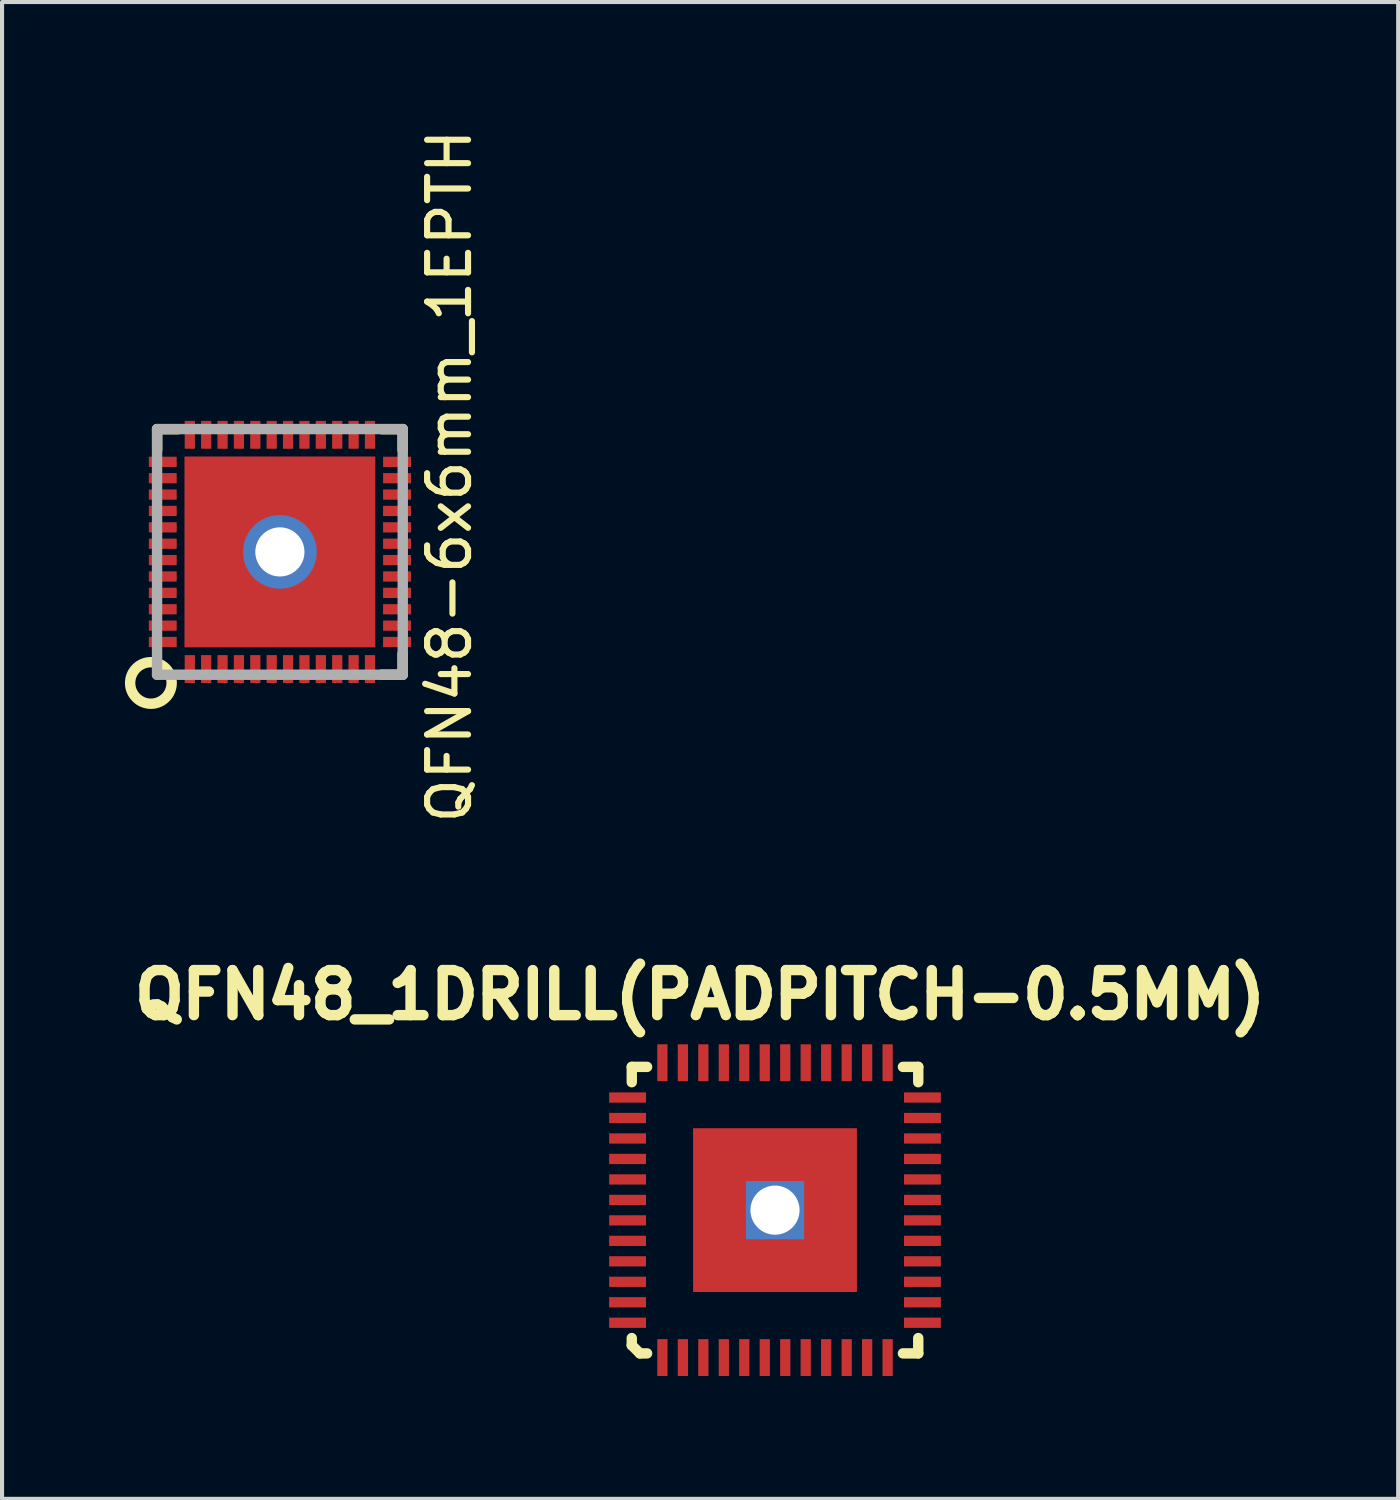
<source format=kicad_pcb>
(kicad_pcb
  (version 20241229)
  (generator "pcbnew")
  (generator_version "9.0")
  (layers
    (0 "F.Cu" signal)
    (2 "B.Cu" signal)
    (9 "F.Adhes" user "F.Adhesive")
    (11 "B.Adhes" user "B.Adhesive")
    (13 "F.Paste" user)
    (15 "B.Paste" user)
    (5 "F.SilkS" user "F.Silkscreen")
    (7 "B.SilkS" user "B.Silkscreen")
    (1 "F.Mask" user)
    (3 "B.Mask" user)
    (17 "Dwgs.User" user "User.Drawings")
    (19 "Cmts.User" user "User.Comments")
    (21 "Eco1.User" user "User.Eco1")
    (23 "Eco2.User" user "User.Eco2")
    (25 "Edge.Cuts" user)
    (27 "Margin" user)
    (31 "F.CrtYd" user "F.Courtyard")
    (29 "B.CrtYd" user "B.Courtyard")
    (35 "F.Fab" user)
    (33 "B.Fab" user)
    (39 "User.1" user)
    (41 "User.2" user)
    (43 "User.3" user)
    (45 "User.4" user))
  (footprint "QFN48_1DRILL(PADPITCH-0.5MM)"
    (layer "F.Cu")
    (at 15.876 26.502)
    (property "Reference" "QFN48_1DRILL(PADPITCH-0.5MM)" (at -1.829 -5.258 0) (layer "F.SilkS") (effects (font (size 1.1 1.1) (thickness 0.254))))
    (attr smd)
    (fp_line (start -3.498 -3.498) (end -3.124 -3.498) (stroke (width 0.254) (type solid)) (layer "F.SilkS"))
    (fp_line (start -3.498 -3.124) (end -3.498 -3.498) (stroke (width 0.254) (type solid)) (layer "F.SilkS"))
    (fp_line (start -3.498 3.299) (end -3.498 3.124) (stroke (width 0.254) (type solid)) (layer "F.SilkS"))
    (fp_line (start -3.299 3.498) (end -3.498 3.299) (stroke (width 0.254) (type solid)) (layer "F.SilkS"))
    (fp_line (start -3.124 3.498) (end -3.299 3.498) (stroke (width 0.254) (type solid)) (layer "F.SilkS"))
    (fp_line (start 3.124 -3.498) (end 3.498 -3.498) (stroke (width 0.254) (type solid)) (layer "F.SilkS"))
    (fp_line (start 3.498 -3.498) (end 3.498 -3.124) (stroke (width 0.254) (type solid)) (layer "F.SilkS"))
    (fp_line (start 3.498 3.124) (end 3.498 3.498) (stroke (width 0.254) (type solid)) (layer "F.SilkS"))
    (fp_line (start 3.498 3.498) (end 3.124 3.498) (stroke (width 0.254) (type solid)) (layer "F.SilkS"))
    (pad "" smd rect (at -1.295 -1.295) (size 1 1) (layers "F.Paste"))
    (pad "" smd rect (at -1.295 0) (size 1 1) (layers "F.Paste"))
    (pad "" smd rect (at -1.295 1.295) (size 1 1) (layers "F.Paste"))
    (pad "" smd rect (at 0 -1.295) (size 1 1) (layers "F.Paste"))
    (pad "" smd rect (at 0 1.295) (size 1 1) (layers "F.Paste"))
    (pad "" smd rect (at 1.295 -1.295) (size 1 1) (layers "F.Paste"))
    (pad "" smd rect (at 1.295 0) (size 1 1) (layers "F.Paste"))
    (pad "" smd rect (at 1.295 1.295) (size 1 1) (layers "F.Paste"))
    (pad "1" smd rect (at -2.75 3.6) (size 0.25 0.9) (layers "F.Cu" "F.Mask" "F.Paste"))
    (pad "2" smd rect (at -2.25 3.6) (size 0.25 0.9) (layers "F.Cu" "F.Mask" "F.Paste"))
    (pad "3" smd rect (at -1.75 3.6) (size 0.25 0.9) (layers "F.Cu" "F.Mask" "F.Paste"))
    (pad "4" smd rect (at -1.25 3.6) (size 0.25 0.9) (layers "F.Cu" "F.Mask" "F.Paste"))
    (pad "5" smd rect (at -0.75 3.6) (size 0.25 0.9) (layers "F.Cu" "F.Mask" "F.Paste"))
    (pad "6" smd rect (at -0.25 3.6) (size 0.25 0.9) (layers "F.Cu" "F.Mask" "F.Paste"))
    (pad "7" smd rect (at 0.25 3.6) (size 0.25 0.9) (layers "F.Cu" "F.Mask" "F.Paste"))
    (pad "8" smd rect (at 0.75 3.6) (size 0.25 0.9) (layers "F.Cu" "F.Mask" "F.Paste"))
    (pad "9" smd rect (at 1.25 3.6) (size 0.25 0.9) (layers "F.Cu" "F.Mask" "F.Paste"))
    (pad "10" smd rect (at 1.75 3.6) (size 0.25 0.9) (layers "F.Cu" "F.Mask" "F.Paste"))
    (pad "11" smd rect (at 2.25 3.6) (size 0.25 0.9) (layers "F.Cu" "F.Mask" "F.Paste"))
    (pad "12" smd rect (at 2.75 3.6) (size 0.25 0.9) (layers "F.Cu" "F.Mask" "F.Paste"))
    (pad "13" smd rect (at 3.6 2.75 90) (size 0.25 0.9) (layers "F.Cu" "F.Mask" "F.Paste"))
    (pad "14" smd rect (at 3.6 2.25 90) (size 0.25 0.9) (layers "F.Cu" "F.Mask" "F.Paste"))
    (pad "15" smd rect (at 3.6 1.75 90) (size 0.25 0.9) (layers "F.Cu" "F.Mask" "F.Paste"))
    (pad "16" smd rect (at 3.6 1.25 90) (size 0.25 0.9) (layers "F.Cu" "F.Mask" "F.Paste"))
    (pad "17" smd rect (at 3.6 0.75 90) (size 0.25 0.9) (layers "F.Cu" "F.Mask" "F.Paste"))
    (pad "18" smd rect (at 3.6 0.25 90) (size 0.25 0.9) (layers "F.Cu" "F.Mask" "F.Paste"))
    (pad "19" smd rect (at 3.6 -0.25 90) (size 0.25 0.9) (layers "F.Cu" "F.Mask" "F.Paste"))
    (pad "20" smd rect (at 3.6 -0.75 90) (size 0.25 0.9) (layers "F.Cu" "F.Mask" "F.Paste"))
    (pad "21" smd rect (at 3.6 -1.25 90) (size 0.25 0.9) (layers "F.Cu" "F.Mask" "F.Paste"))
    (pad "22" smd rect (at 3.6 -1.75 90) (size 0.25 0.9) (layers "F.Cu" "F.Mask" "F.Paste"))
    (pad "23" smd rect (at 3.6 -2.25 90) (size 0.25 0.9) (layers "F.Cu" "F.Mask" "F.Paste"))
    (pad "24" smd rect (at 3.6 -2.75 90) (size 0.25 0.9) (layers "F.Cu" "F.Mask" "F.Paste"))
    (pad "25" smd rect (at 2.75 -3.6 180) (size 0.25 0.9) (layers "F.Cu" "F.Mask" "F.Paste"))
    (pad "26" smd rect (at 2.25 -3.6 180) (size 0.25 0.9) (layers "F.Cu" "F.Mask" "F.Paste"))
    (pad "27" smd rect (at 1.75 -3.6 180) (size 0.25 0.9) (layers "F.Cu" "F.Mask" "F.Paste"))
    (pad "28" smd rect (at 1.25 -3.6 180) (size 0.25 0.9) (layers "F.Cu" "F.Mask" "F.Paste"))
    (pad "29" smd rect (at 0.75 -3.6 180) (size 0.25 0.9) (layers "F.Cu" "F.Mask" "F.Paste"))
    (pad "30" smd rect (at 0.25 -3.6 180) (size 0.25 0.9) (layers "F.Cu" "F.Mask" "F.Paste"))
    (pad "31" smd rect (at -0.25 -3.6 180) (size 0.25 0.9) (layers "F.Cu" "F.Mask" "F.Paste"))
    (pad "32" smd rect (at -0.75 -3.6 180) (size 0.25 0.9) (layers "F.Cu" "F.Mask" "F.Paste"))
    (pad "33" smd rect (at -1.25 -3.6 180) (size 0.25 0.9) (layers "F.Cu" "F.Mask" "F.Paste"))
    (pad "34" smd rect (at -1.75 -3.6 180) (size 0.25 0.9) (layers "F.Cu" "F.Mask" "F.Paste"))
    (pad "35" smd rect (at -2.25 -3.6 180) (size 0.25 0.9) (layers "F.Cu" "F.Mask" "F.Paste"))
    (pad "36" smd rect (at -2.75 -3.6 180) (size 0.25 0.9) (layers "F.Cu" "F.Mask" "F.Paste"))
    (pad "37" smd rect (at -3.6 -2.75 270) (size 0.25 0.9) (layers "F.Cu" "F.Mask" "F.Paste"))
    (pad "38" smd rect (at -3.6 -2.25 270) (size 0.25 0.9) (layers "F.Cu" "F.Mask" "F.Paste"))
    (pad "39" smd rect (at -3.6 -1.75 270) (size 0.25 0.9) (layers "F.Cu" "F.Mask" "F.Paste"))
    (pad "40" smd rect (at -3.6 -1.25 270) (size 0.25 0.9) (layers "F.Cu" "F.Mask" "F.Paste"))
    (pad "41" smd rect (at -3.6 -0.75 270) (size 0.25 0.9) (layers "F.Cu" "F.Mask" "F.Paste"))
    (pad "42" smd rect (at -3.6 -0.25 270) (size 0.25 0.9) (layers "F.Cu" "F.Mask" "F.Paste"))
    (pad "43" smd rect (at -3.6 0.25 270) (size 0.25 0.9) (layers "F.Cu" "F.Mask" "F.Paste"))
    (pad "44" smd rect (at -3.6 0.75 270) (size 0.25 0.9) (layers "F.Cu" "F.Mask" "F.Paste"))
    (pad "45" smd rect (at -3.6 1.25 270) (size 0.25 0.9) (layers "F.Cu" "F.Mask" "F.Paste"))
    (pad "46" smd rect (at -3.6 1.75 270) (size 0.25 0.9) (layers "F.Cu" "F.Mask" "F.Paste"))
    (pad "47" smd rect (at -3.6 2.25 270) (size 0.25 0.9) (layers "F.Cu" "F.Mask" "F.Paste"))
    (pad "48" smd rect (at -3.6 2.75 270) (size 0.25 0.9) (layers "F.Cu" "F.Mask" "F.Paste"))
    (pad "49" thru_hole rect (at 0 0) (size 1.422 1.422) (drill 1.2) (layers "*.Cu" "F.Mask"))
    (pad "49" smd rect (at 0 0) (size 4 4) (layers "F.Cu" "F.Mask")))
  (footprint "QFN48-6x6mm_1EPTH"
    (layer "F.Cu")
    (at 3.785 10.428)
    (property "Reference" "QFN48-6x6mm_1EPTH" (at 4.14 -1.851 90) (layer "F.SilkS") (effects (font (size 1 1) (thickness 0.15))))
    (attr smd)
    (fp_line (start -2.997 -2.997) (end -2.997 -2.489) (stroke (width 0.254) (type solid)) (layer "F.SilkS"))
    (fp_line (start -2.489 -2.997) (end -2.997 -2.997) (stroke (width 0.254) (type solid)) (layer "F.SilkS"))
    (fp_line (start 2.489 -2.997) (end 2.997 -2.997) (stroke (width 0.254) (type solid)) (layer "F.SilkS"))
    (fp_line (start 2.997 -2.997) (end 2.997 -2.489) (stroke (width 0.254) (type solid)) (layer "F.SilkS"))
    (fp_line (start 2.997 2.489) (end 2.997 2.997) (stroke (width 0.254) (type solid)) (layer "F.SilkS"))
    (fp_line (start 2.997 2.997) (end 2.489 2.997) (stroke (width 0.254) (type solid)) (layer "F.SilkS"))
    (fp_circle (center -3.15 3.2) (end -3.454 2.794) (stroke (width 0.254) (type solid)) (fill no) (layer "F.SilkS"))
    (fp_line (start -3 -3) (end 3 -3) (stroke (width 0.254) (type solid)) (layer "F.Fab"))
    (fp_line (start -3 3) (end -3 -3) (stroke (width 0.254) (type solid)) (layer "F.Fab"))
    (fp_line (start 3 -3) (end 3 3) (stroke (width 0.254) (type solid)) (layer "F.Fab"))
    (fp_line (start 3 3) (end -3 3) (stroke (width 0.254) (type solid)) (layer "F.Fab"))
    (pad "1" smd rect (at -2.2 2.86) (size 0.25 0.68) (layers "F.Cu" "F.Mask" "F.Paste"))
    (pad "2" smd rect (at -1.8 2.86) (size 0.25 0.68) (layers "F.Cu" "F.Mask" "F.Paste"))
    (pad "3" smd rect (at -1.4 2.86) (size 0.25 0.68) (layers "F.Cu" "F.Mask" "F.Paste"))
    (pad "4" smd rect (at -1 2.86) (size 0.25 0.68) (layers "F.Cu" "F.Mask" "F.Paste"))
    (pad "5" smd rect (at -0.6 2.86) (size 0.25 0.68) (layers "F.Cu" "F.Mask" "F.Paste"))
    (pad "6" smd rect (at -0.2 2.86) (size 0.25 0.68) (layers "F.Cu" "F.Mask" "F.Paste"))
    (pad "7" smd rect (at 0.2 2.86) (size 0.25 0.68) (layers "F.Cu" "F.Mask" "F.Paste"))
    (pad "8" smd rect (at 0.6 2.86) (size 0.25 0.68) (layers "F.Cu" "F.Mask" "F.Paste"))
    (pad "9" smd rect (at 1 2.86) (size 0.25 0.68) (layers "F.Cu" "F.Mask" "F.Paste"))
    (pad "10" smd rect (at 1.4 2.86) (size 0.25 0.68) (layers "F.Cu" "F.Mask" "F.Paste"))
    (pad "11" smd rect (at 1.8 2.86) (size 0.25 0.68) (layers "F.Cu" "F.Mask" "F.Paste"))
    (pad "12" smd rect (at 2.2 2.86) (size 0.25 0.68) (layers "F.Cu" "F.Mask" "F.Paste"))
    (pad "13" smd rect (at 2.86 2.2 90) (size 0.25 0.68) (layers "F.Cu" "F.Mask" "F.Paste"))
    (pad "14" smd rect (at 2.86 1.8 90) (size 0.25 0.68) (layers "F.Cu" "F.Mask" "F.Paste"))
    (pad "15" smd rect (at 2.86 1.4 90) (size 0.25 0.68) (layers "F.Cu" "F.Mask" "F.Paste"))
    (pad "16" smd rect (at 2.86 1 90) (size 0.25 0.68) (layers "F.Cu" "F.Mask" "F.Paste"))
    (pad "17" smd rect (at 2.86 0.6 90) (size 0.25 0.68) (layers "F.Cu" "F.Mask" "F.Paste"))
    (pad "18" smd rect (at 2.86 0.2 90) (size 0.25 0.68) (layers "F.Cu" "F.Mask" "F.Paste"))
    (pad "19" smd rect (at 2.86 -0.2 90) (size 0.25 0.68) (layers "F.Cu" "F.Mask" "F.Paste"))
    (pad "20" smd rect (at 2.86 -0.6 90) (size 0.25 0.68) (layers "F.Cu" "F.Mask" "F.Paste"))
    (pad "21" smd rect (at 2.86 -1 90) (size 0.25 0.68) (layers "F.Cu" "F.Mask" "F.Paste"))
    (pad "22" smd rect (at 2.86 -1.4 90) (size 0.25 0.68) (layers "F.Cu" "F.Mask" "F.Paste"))
    (pad "23" smd rect (at 2.86 -1.8 90) (size 0.25 0.68) (layers "F.Cu" "F.Mask" "F.Paste"))
    (pad "24" smd rect (at 2.86 -2.2 90) (size 0.25 0.68) (layers "F.Cu" "F.Mask" "F.Paste"))
    (pad "25" smd rect (at 2.2 -2.86 180) (size 0.25 0.68) (layers "F.Cu" "F.Mask" "F.Paste"))
    (pad "26" smd rect (at 1.8 -2.86 180) (size 0.25 0.68) (layers "F.Cu" "F.Mask" "F.Paste"))
    (pad "27" smd rect (at 1.4 -2.86 180) (size 0.25 0.68) (layers "F.Cu" "F.Mask" "F.Paste"))
    (pad "28" smd rect (at 1 -2.86 180) (size 0.25 0.68) (layers "F.Cu" "F.Mask" "F.Paste"))
    (pad "29" smd rect (at 0.6 -2.86 180) (size 0.25 0.68) (layers "F.Cu" "F.Mask" "F.Paste"))
    (pad "30" smd rect (at 0.2 -2.86 180) (size 0.25 0.68) (layers "F.Cu" "F.Mask" "F.Paste"))
    (pad "31" smd rect (at -0.2 -2.86 180) (size 0.25 0.68) (layers "F.Cu" "F.Mask" "F.Paste"))
    (pad "32" smd rect (at -0.6 -2.86 180) (size 0.25 0.68) (layers "F.Cu" "F.Mask" "F.Paste"))
    (pad "33" smd rect (at -1 -2.86 180) (size 0.25 0.68) (layers "F.Cu" "F.Mask" "F.Paste"))
    (pad "34" smd rect (at -1.4 -2.86 180) (size 0.25 0.68) (layers "F.Cu" "F.Mask" "F.Paste"))
    (pad "35" smd rect (at -1.8 -2.86 180) (size 0.25 0.68) (layers "F.Cu" "F.Mask" "F.Paste"))
    (pad "36" smd rect (at -2.2 -2.86 180) (size 0.25 0.68) (layers "F.Cu" "F.Mask" "F.Paste"))
    (pad "37" smd rect (at -2.86 -2.2 270) (size 0.25 0.68) (layers "F.Cu" "F.Mask" "F.Paste"))
    (pad "38" smd rect (at -2.86 -1.8 270) (size 0.25 0.68) (layers "F.Cu" "F.Mask" "F.Paste"))
    (pad "39" smd rect (at -2.86 -1.4 270) (size 0.25 0.68) (layers "F.Cu" "F.Mask" "F.Paste"))
    (pad "40" smd rect (at -2.86 -1 270) (size 0.25 0.68) (layers "F.Cu" "F.Mask" "F.Paste"))
    (pad "41" smd rect (at -2.86 -0.6 270) (size 0.25 0.68) (layers "F.Cu" "F.Mask" "F.Paste"))
    (pad "42" smd rect (at -2.86 -0.2 270) (size 0.25 0.68) (layers "F.Cu" "F.Mask" "F.Paste"))
    (pad "43" smd rect (at -2.86 0.2 270) (size 0.25 0.68) (layers "F.Cu" "F.Mask" "F.Paste"))
    (pad "44" smd rect (at -2.86 0.6 270) (size 0.25 0.68) (layers "F.Cu" "F.Mask" "F.Paste"))
    (pad "45" smd rect (at -2.86 1 270) (size 0.25 0.68) (layers "F.Cu" "F.Mask" "F.Paste"))
    (pad "46" smd rect (at -2.86 1.4 270) (size 0.25 0.68) (layers "F.Cu" "F.Mask" "F.Paste"))
    (pad "47" smd rect (at -2.86 1.8 270) (size 0.25 0.68) (layers "F.Cu" "F.Mask" "F.Paste"))
    (pad "48" smd rect (at -2.86 2.2 270) (size 0.25 0.68) (layers "F.Cu" "F.Mask" "F.Paste"))
    (pad "49" smd oval (at -1.6 0 90) (size 1.8 1.4) (layers "F.Cu" "F.Mask" "F.Paste"))
    (pad "49" smd rect (at -1.165 -1.165) (size 2.33 2.33) (layers "F.Cu" "F.Mask"))
    (pad "49" smd rect (at -1.165 1.165) (size 2.33 2.33) (layers "F.Cu" "F.Mask"))
    (pad "49" smd oval (at 0 -1.6) (size 1.8 1.4) (layers "F.Cu" "F.Mask" "F.Paste"))
    (pad "49" thru_hole oval (at 0 0) (size 1.8 1.8) (drill 1.2) (layers "*.Cu"))
    (pad "49" smd oval (at 0 1.6) (size 1.8 1.4) (layers "F.Cu" "F.Mask" "F.Paste"))
    (pad "49" smd rect (at 1.165 -1.165) (size 2.33 2.33) (layers "F.Cu" "F.Mask"))
    (pad "49" smd rect (at 1.165 1.165) (size 2.33 2.33) (layers "F.Cu" "F.Mask"))
    (pad "49" smd oval (at 1.6 0 90) (size 1.8 1.4) (layers "F.Cu" "F.Mask" "F.Paste")))
  (gr_rect
    (start -3 -3)
    (end 31.094 33.552)
    (stroke (width 0.1) (type default))
    (fill no)
    (layer "Edge.Cuts")))
</source>
